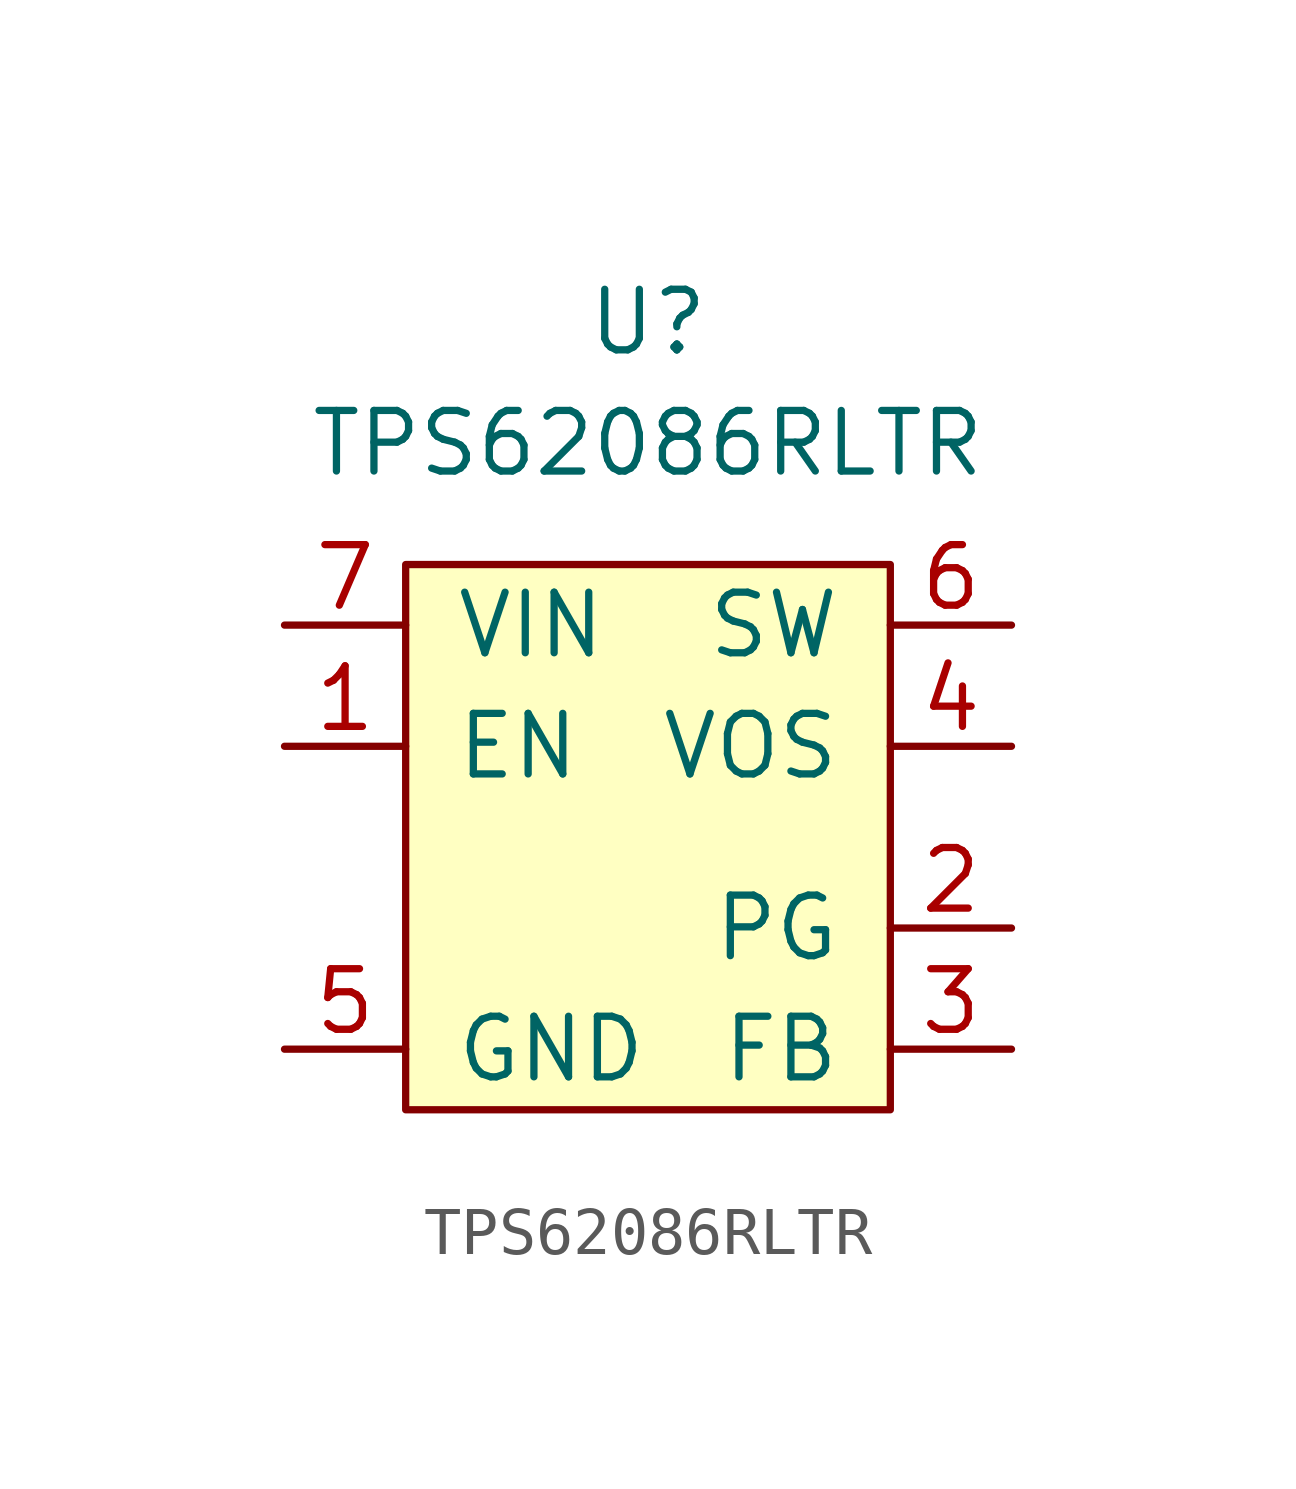
<source format=kicad_sym>
(kicad_symbol_lib
  (version 20220914)
  (generator kicad_symbol_editor)
  (symbol "TPS62086RLTR"
    (pin_names
      (offset 1.016))
    (property "Reference" "U"
      (at 0 11.43 0)
      (effects (font (size 1.27 1.27))))
    (property "Value" "TPS62086RLTR"
      (at 0 8.89 0)
      (effects (font (size 1.27 1.27))))
    (symbol "TPS62086RLTR_0_1"
      (rectangle (start -5.08 6.35) (end 5.08 -5.08) (stroke (width 0) (type solid)) (fill (type background))))
    (symbol "TPS62086RLTR_1_1"
      (pin input line (at -7.62 2.54 0) (length 2.54) (name "EN" (effects (font (size 1.27 1.27)))) (number "1" (effects (font (size 1.27 1.27)))))
      (pin output line (at 7.62 -1.27 180) (length 2.54) (name "PG" (effects (font (size 1.27 1.27)))) (number "2" (effects (font (size 1.27 1.27)))))
      (pin input line (at 7.62 -3.81 180) (length 2.54) (name "FB" (effects (font (size 1.27 1.27)))) (number "3" (effects (font (size 1.27 1.27)))))
      (pin input line (at 7.62 2.54 180) (length 2.54) (name "VOS" (effects (font (size 1.27 1.27)))) (number "4" (effects (font (size 1.27 1.27)))))
      (pin power_in line (at -7.62 -3.81 0) (length 2.54) (name "GND" (effects (font (size 1.27 1.27)))) (number "5" (effects (font (size 1.27 1.27)))))
      (pin power_out line (at 7.62 5.08 180) (length 2.54) (name "SW" (effects (font (size 1.27 1.27)))) (number "6" (effects (font (size 1.27 1.27)))))
      (pin power_in line (at -7.62 5.08 0) (length 2.54) (name "VIN" (effects (font (size 1.27 1.27)))) (number "7" (effects (font (size 1.27 1.27))))))))
</source>
